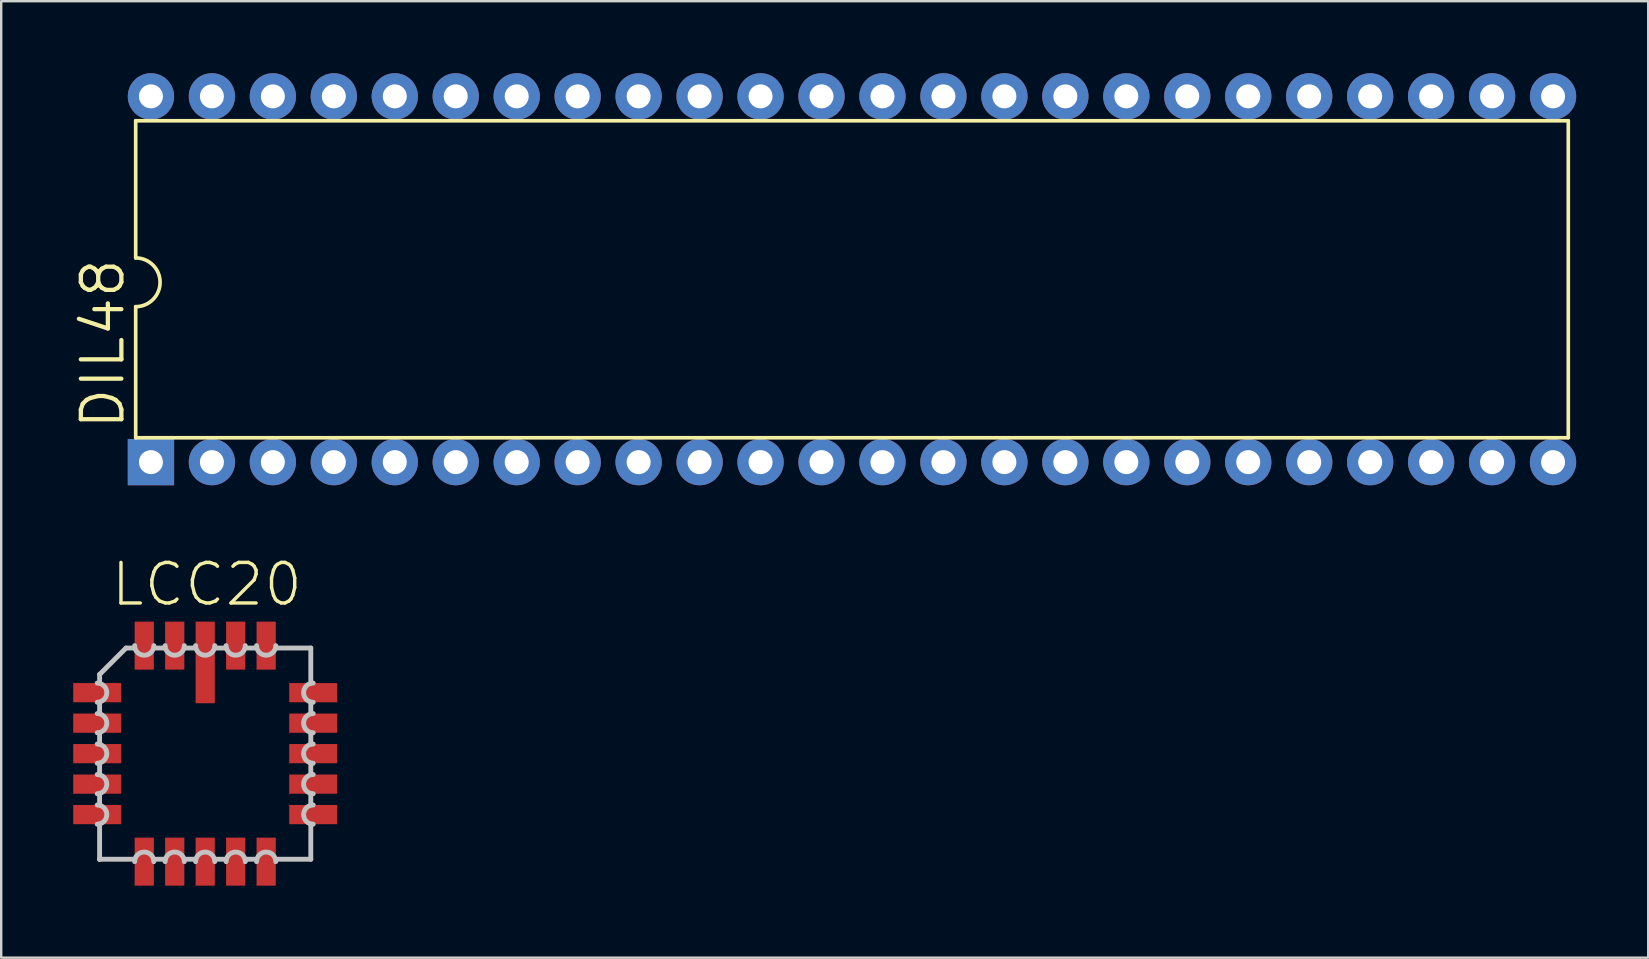
<source format=kicad_pcb>
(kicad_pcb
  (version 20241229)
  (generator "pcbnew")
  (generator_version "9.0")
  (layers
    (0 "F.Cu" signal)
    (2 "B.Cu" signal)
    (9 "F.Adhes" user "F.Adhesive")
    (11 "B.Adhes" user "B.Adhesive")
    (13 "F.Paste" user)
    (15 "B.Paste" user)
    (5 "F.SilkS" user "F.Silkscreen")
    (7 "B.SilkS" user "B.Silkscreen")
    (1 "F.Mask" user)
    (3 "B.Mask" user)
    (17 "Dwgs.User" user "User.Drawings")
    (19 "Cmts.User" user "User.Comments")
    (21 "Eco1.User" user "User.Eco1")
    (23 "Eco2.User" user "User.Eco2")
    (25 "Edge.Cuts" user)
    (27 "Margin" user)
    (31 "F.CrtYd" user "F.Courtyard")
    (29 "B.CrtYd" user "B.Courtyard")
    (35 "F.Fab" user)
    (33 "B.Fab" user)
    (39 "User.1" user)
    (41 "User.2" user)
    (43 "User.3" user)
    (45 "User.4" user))
  (footprint "DIL48"
    (layer "F.Cu")
    (at 32.449 8.585)
    (property "Reference" "DIL48" (at -30.226 6.35 90) (layer "F.SilkS") (effects (font (size 1.689 1.689) (thickness 0.178)) (justify left bottom)))
    (attr through_hole)
    (fp_line (start -29.845 -6.604) (end -29.845 -0.889) (stroke (width 0.152) (type solid)) (layer "F.SilkS"))
    (fp_line (start -29.845 6.604) (end -29.845 1.143) (stroke (width 0.152) (type solid)) (layer "F.SilkS"))
    (fp_line (start -29.845 6.604) (end 29.845 6.604) (stroke (width 0.152) (type solid)) (layer "F.SilkS"))
    (fp_line (start 29.845 -6.604) (end -29.845 -6.604) (stroke (width 0.152) (type solid)) (layer "F.SilkS"))
    (fp_line (start 29.845 6.604) (end 29.845 -6.604) (stroke (width 0.152) (type solid)) (layer "F.SilkS"))
    (fp_arc (start -29.845 -0.889) (mid -28.829 0.127) (end -29.845 1.143) (stroke (width 0.1524) (type solid)) (layer "F.SilkS"))
    (pad "1" thru_hole rect (at -29.21 7.62 90) (size 1.93 1.93) (drill 1) (layers "*.Cu" "*.Mask"))
    (pad "2" thru_hole oval (at -26.67 7.62 90) (size 1.93 1.93) (drill 1) (layers "*.Cu" "*.Mask"))
    (pad "3" thru_hole oval (at -24.13 7.62 90) (size 1.93 1.93) (drill 1) (layers "*.Cu" "*.Mask"))
    (pad "4" thru_hole oval (at -21.59 7.62 90) (size 1.93 1.93) (drill 1) (layers "*.Cu" "*.Mask"))
    (pad "5" thru_hole oval (at -19.05 7.62 90) (size 1.93 1.93) (drill 1) (layers "*.Cu" "*.Mask"))
    (pad "6" thru_hole oval (at -16.51 7.62 90) (size 1.93 1.93) (drill 1) (layers "*.Cu" "*.Mask"))
    (pad "7" thru_hole oval (at -13.97 7.62 90) (size 1.93 1.93) (drill 1) (layers "*.Cu" "*.Mask"))
    (pad "8" thru_hole oval (at -11.43 7.62 90) (size 1.93 1.93) (drill 1) (layers "*.Cu" "*.Mask"))
    (pad "9" thru_hole oval (at -8.89 7.62 90) (size 1.93 1.93) (drill 1) (layers "*.Cu" "*.Mask"))
    (pad "10" thru_hole oval (at -6.35 7.62 90) (size 1.93 1.93) (drill 1) (layers "*.Cu" "*.Mask"))
    (pad "11" thru_hole oval (at -3.81 7.62 90) (size 1.93 1.93) (drill 1) (layers "*.Cu" "*.Mask"))
    (pad "12" thru_hole oval (at -1.27 7.62 90) (size 1.93 1.93) (drill 1) (layers "*.Cu" "*.Mask"))
    (pad "13" thru_hole oval (at 1.27 7.62 90) (size 1.93 1.93) (drill 1) (layers "*.Cu" "*.Mask"))
    (pad "14" thru_hole oval (at 3.81 7.62 90) (size 1.93 1.93) (drill 1) (layers "*.Cu" "*.Mask"))
    (pad "15" thru_hole oval (at 6.35 7.62 90) (size 1.93 1.93) (drill 1) (layers "*.Cu" "*.Mask"))
    (pad "16" thru_hole oval (at 8.89 7.62 90) (size 1.93 1.93) (drill 1) (layers "*.Cu" "*.Mask"))
    (pad "17" thru_hole oval (at 11.43 7.62 90) (size 1.93 1.93) (drill 1) (layers "*.Cu" "*.Mask"))
    (pad "18" thru_hole oval (at 13.97 7.62 90) (size 1.93 1.93) (drill 1) (layers "*.Cu" "*.Mask"))
    (pad "19" thru_hole oval (at 16.51 7.62 90) (size 1.93 1.93) (drill 1) (layers "*.Cu" "*.Mask"))
    (pad "20" thru_hole oval (at 19.05 7.62 90) (size 1.93 1.93) (drill 1) (layers "*.Cu" "*.Mask"))
    (pad "21" thru_hole oval (at 21.59 7.62 90) (size 1.93 1.93) (drill 1) (layers "*.Cu" "*.Mask"))
    (pad "22" thru_hole oval (at 24.13 7.62 90) (size 1.93 1.93) (drill 1) (layers "*.Cu" "*.Mask"))
    (pad "23" thru_hole oval (at 26.67 7.62 90) (size 1.93 1.93) (drill 1) (layers "*.Cu" "*.Mask"))
    (pad "24" thru_hole oval (at 29.21 7.62 90) (size 1.93 1.93) (drill 1) (layers "*.Cu" "*.Mask"))
    (pad "25" thru_hole oval (at 29.21 -7.62 90) (size 1.93 1.93) (drill 1) (layers "*.Cu" "*.Mask"))
    (pad "26" thru_hole oval (at 26.67 -7.62 90) (size 1.93 1.93) (drill 1) (layers "*.Cu" "*.Mask"))
    (pad "27" thru_hole oval (at 24.13 -7.62 90) (size 1.93 1.93) (drill 1) (layers "*.Cu" "*.Mask"))
    (pad "28" thru_hole oval (at 21.59 -7.62 90) (size 1.93 1.93) (drill 1) (layers "*.Cu" "*.Mask"))
    (pad "29" thru_hole oval (at 19.05 -7.62 90) (size 1.93 1.93) (drill 1) (layers "*.Cu" "*.Mask"))
    (pad "30" thru_hole oval (at 16.51 -7.62 90) (size 1.93 1.93) (drill 1) (layers "*.Cu" "*.Mask"))
    (pad "31" thru_hole oval (at 13.97 -7.62 90) (size 1.93 1.93) (drill 1) (layers "*.Cu" "*.Mask"))
    (pad "32" thru_hole oval (at 11.43 -7.62 90) (size 1.93 1.93) (drill 1) (layers "*.Cu" "*.Mask"))
    (pad "33" thru_hole oval (at 8.89 -7.62 90) (size 1.93 1.93) (drill 1) (layers "*.Cu" "*.Mask"))
    (pad "34" thru_hole oval (at 6.35 -7.62 90) (size 1.93 1.93) (drill 1) (layers "*.Cu" "*.Mask"))
    (pad "35" thru_hole oval (at 3.81 -7.62 90) (size 1.93 1.93) (drill 1) (layers "*.Cu" "*.Mask"))
    (pad "36" thru_hole oval (at 1.27 -7.62 90) (size 1.93 1.93) (drill 1) (layers "*.Cu" "*.Mask"))
    (pad "37" thru_hole oval (at -1.27 -7.62 90) (size 1.93 1.93) (drill 1) (layers "*.Cu" "*.Mask"))
    (pad "38" thru_hole oval (at -3.81 -7.62 90) (size 1.93 1.93) (drill 1) (layers "*.Cu" "*.Mask"))
    (pad "39" thru_hole oval (at -6.35 -7.62 90) (size 1.93 1.93) (drill 1) (layers "*.Cu" "*.Mask"))
    (pad "40" thru_hole oval (at -8.89 -7.62 90) (size 1.93 1.93) (drill 1) (layers "*.Cu" "*.Mask"))
    (pad "41" thru_hole oval (at -11.43 -7.62 90) (size 1.93 1.93) (drill 1) (layers "*.Cu" "*.Mask"))
    (pad "42" thru_hole oval (at -13.97 -7.62 90) (size 1.93 1.93) (drill 1) (layers "*.Cu" "*.Mask"))
    (pad "43" thru_hole oval (at -16.51 -7.62 90) (size 1.93 1.93) (drill 1) (layers "*.Cu" "*.Mask"))
    (pad "44" thru_hole oval (at -19.05 -7.62 90) (size 1.93 1.93) (drill 1) (layers "*.Cu" "*.Mask"))
    (pad "45" thru_hole oval (at -21.59 -7.62 90) (size 1.93 1.93) (drill 1) (layers "*.Cu" "*.Mask"))
    (pad "46" thru_hole oval (at -24.13 -7.62 90) (size 1.93 1.93) (drill 1) (layers "*.Cu" "*.Mask"))
    (pad "47" thru_hole oval (at -26.67 -7.62 90) (size 1.93 1.93) (drill 1) (layers "*.Cu" "*.Mask"))
    (pad "48" thru_hole oval (at -29.21 -7.62 90) (size 1.93 1.93) (drill 1) (layers "*.Cu" "*.Mask")))
  (footprint "LCC20"
    (layer "F.Cu")
    (at 5.5 28.351)
    (property "Reference" "LCC20" (at -4.005 -6.065 0) (layer "F.SilkS") (effects (font (size 1.689 1.689) (thickness 0.142)) (justify left bottom)))
    (attr through_hole)
    (fp_line (start -4.4 -3.3) (end -4.4 -2.94) (stroke (width 0.203) (type solid)) (layer "Dwgs.User"))
    (fp_line (start -4.4 -2.14) (end -4.4 -1.67) (stroke (width 0.203) (type solid)) (layer "Dwgs.User"))
    (fp_line (start -4.4 -0.87) (end -4.4 -0.4) (stroke (width 0.203) (type solid)) (layer "Dwgs.User"))
    (fp_line (start -4.4 0.4) (end -4.4 0.87) (stroke (width 0.203) (type solid)) (layer "Dwgs.User"))
    (fp_line (start -4.4 1.67) (end -4.4 2.14) (stroke (width 0.203) (type solid)) (layer "Dwgs.User"))
    (fp_line (start -4.4 2.94) (end -4.4 4.4) (stroke (width 0.203) (type solid)) (layer "Dwgs.User"))
    (fp_line (start -4.4 4.4) (end -4.4 4.41) (stroke (width 0.203) (type solid)) (layer "Dwgs.User"))
    (fp_line (start -4.4 4.4) (end -2.94 4.4) (stroke (width 0.203) (type solid)) (layer "Dwgs.User"))
    (fp_line (start -3.3 -4.4) (end -4.4 -3.3) (stroke (width 0.203) (type solid)) (layer "Dwgs.User"))
    (fp_line (start -2.94 -4.4) (end -3.3 -4.4) (stroke (width 0.203) (type solid)) (layer "Dwgs.User"))
    (fp_line (start -2.14 4.4) (end -1.67 4.4) (stroke (width 0.203) (type solid)) (layer "Dwgs.User"))
    (fp_line (start -1.67 -4.4) (end -2.14 -4.4) (stroke (width 0.203) (type solid)) (layer "Dwgs.User"))
    (fp_line (start -0.87 4.4) (end -0.4 4.4) (stroke (width 0.203) (type solid)) (layer "Dwgs.User"))
    (fp_line (start -0.4 -4.4) (end -0.87 -4.4) (stroke (width 0.203) (type solid)) (layer "Dwgs.User"))
    (fp_line (start 0.4 4.4) (end 0.87 4.4) (stroke (width 0.203) (type solid)) (layer "Dwgs.User"))
    (fp_line (start 0.87 -4.4) (end 0.4 -4.4) (stroke (width 0.203) (type solid)) (layer "Dwgs.User"))
    (fp_line (start 1.67 4.4) (end 2.14 4.4) (stroke (width 0.203) (type solid)) (layer "Dwgs.User"))
    (fp_line (start 2.14 -4.4) (end 1.67 -4.4) (stroke (width 0.203) (type solid)) (layer "Dwgs.User"))
    (fp_line (start 2.94 4.4) (end 4.4 4.4) (stroke (width 0.203) (type solid)) (layer "Dwgs.User"))
    (fp_line (start 4.4 -4.4) (end 2.94 -4.4) (stroke (width 0.203) (type solid)) (layer "Dwgs.User"))
    (fp_line (start 4.4 -2.94) (end 4.4 -4.4) (stroke (width 0.203) (type solid)) (layer "Dwgs.User"))
    (fp_line (start 4.4 -1.67) (end 4.4 -2.14) (stroke (width 0.203) (type solid)) (layer "Dwgs.User"))
    (fp_line (start 4.4 -0.4) (end 4.4 -0.87) (stroke (width 0.203) (type solid)) (layer "Dwgs.User"))
    (fp_line (start 4.4 0.87) (end 4.4 0.4) (stroke (width 0.203) (type solid)) (layer "Dwgs.User"))
    (fp_line (start 4.4 2.14) (end 4.4 1.67) (stroke (width 0.203) (type solid)) (layer "Dwgs.User"))
    (fp_line (start 4.4 4.4) (end 4.4 2.94) (stroke (width 0.203) (type solid)) (layer "Dwgs.User"))
    (fp_arc (start -4.5001 -2.94) (mid -4.1001 -2.54) (end -4.5001 -2.14) (stroke (width 0.2032) (type solid)) (layer "Dwgs.User"))
    (fp_arc (start -4.5001 -1.67) (mid -4.1001 -1.27) (end -4.5001 -0.87) (stroke (width 0.2032) (type solid)) (layer "Dwgs.User"))
    (fp_arc (start -4.5001 -0.4001) (mid -4.1 0) (end -4.5001 0.4001) (stroke (width 0.2032) (type solid)) (layer "Dwgs.User"))
    (fp_arc (start -4.5001 0.8699) (mid -4.1 1.27) (end -4.5001 1.6701) (stroke (width 0.2032) (type solid)) (layer "Dwgs.User"))
    (fp_arc (start -4.5001 2.1399) (mid -4.1 2.54) (end -4.5001 2.9401) (stroke (width 0.2032) (type solid)) (layer "Dwgs.User"))
    (fp_arc (start -2.9401 4.5001) (mid -2.54 4.1) (end -2.1399 4.5001) (stroke (width 0.2032) (type solid)) (layer "Dwgs.User"))
    (fp_arc (start -2.1399 -4.5001) (mid -2.54 -4.1) (end -2.9401 -4.5001) (stroke (width 0.2032) (type solid)) (layer "Dwgs.User"))
    (fp_arc (start -1.6701 4.5001) (mid -1.27 4.1) (end -0.8699 4.5001) (stroke (width 0.2032) (type solid)) (layer "Dwgs.User"))
    (fp_arc (start -0.8699 -4.5001) (mid -1.27 -4.1) (end -1.6701 -4.5001) (stroke (width 0.2032) (type solid)) (layer "Dwgs.User"))
    (fp_arc (start -0.4001 4.5001) (mid 0 4.1) (end 0.4001 4.5001) (stroke (width 0.2032) (type solid)) (layer "Dwgs.User"))
    (fp_arc (start 0.4001 -4.5001) (mid 0 -4.1) (end -0.4001 -4.5001) (stroke (width 0.2032) (type solid)) (layer "Dwgs.User"))
    (fp_arc (start 0.87 4.5001) (mid 1.27 4.1001) (end 1.67 4.5001) (stroke (width 0.2032) (type solid)) (layer "Dwgs.User"))
    (fp_arc (start 1.67 -4.5001) (mid 1.27 -4.1001) (end 0.87 -4.5001) (stroke (width 0.2032) (type solid)) (layer "Dwgs.User"))
    (fp_arc (start 2.14 4.5001) (mid 2.54 4.1001) (end 2.94 4.5001) (stroke (width 0.2032) (type solid)) (layer "Dwgs.User"))
    (fp_arc (start 2.94 -4.5001) (mid 2.54 -4.1001) (end 2.14 -4.5001) (stroke (width 0.2032) (type solid)) (layer "Dwgs.User"))
    (fp_arc (start 4.5001 -2.1399) (mid 4.1 -2.54) (end 4.5001 -2.9401) (stroke (width 0.2032) (type solid)) (layer "Dwgs.User"))
    (fp_arc (start 4.5001 -0.8699) (mid 4.1 -1.27) (end 4.5001 -1.6701) (stroke (width 0.2032) (type solid)) (layer "Dwgs.User"))
    (fp_arc (start 4.5001 0.4001) (mid 4.1 0) (end 4.5001 -0.4001) (stroke (width 0.2032) (type solid)) (layer "Dwgs.User"))
    (fp_arc (start 4.5001 1.67) (mid 4.1001 1.27) (end 4.5001 0.87) (stroke (width 0.2032) (type solid)) (layer "Dwgs.User"))
    (fp_arc (start 4.5001 2.94) (mid 4.1001 2.54) (end 4.5001 2.14) (stroke (width 0.2032) (type solid)) (layer "Dwgs.User"))
    (pad "1" smd rect (at 0 -3.8) (size 0.8 3.4) (layers "F.Cu" "F.Mask" "F.Paste"))
    (pad "2" smd rect (at -1.27 -4.5) (size 0.8 2) (layers "F.Cu" "F.Mask" "F.Paste"))
    (pad "3" smd rect (at -2.54 -4.5) (size 0.8 2) (layers "F.Cu" "F.Mask" "F.Paste"))
    (pad "4" smd rect (at -4.5 -2.54) (size 2 0.8) (layers "F.Cu" "F.Mask" "F.Paste"))
    (pad "5" smd rect (at -4.5 -1.27) (size 2 0.8) (layers "F.Cu" "F.Mask" "F.Paste"))
    (pad "6" smd rect (at -4.5 0) (size 2 0.8) (layers "F.Cu" "F.Mask" "F.Paste"))
    (pad "7" smd rect (at -4.5 1.27) (size 2 0.8) (layers "F.Cu" "F.Mask" "F.Paste"))
    (pad "8" smd rect (at -4.5 2.54) (size 2 0.8) (layers "F.Cu" "F.Mask" "F.Paste"))
    (pad "9" smd rect (at -2.54 4.5) (size 0.8 2) (layers "F.Cu" "F.Mask" "F.Paste"))
    (pad "10" smd rect (at -1.27 4.5) (size 0.8 2) (layers "F.Cu" "F.Mask" "F.Paste"))
    (pad "11" smd rect (at 0 4.5) (size 0.8 2) (layers "F.Cu" "F.Mask" "F.Paste"))
    (pad "12" smd rect (at 1.27 4.5) (size 0.8 2) (layers "F.Cu" "F.Mask" "F.Paste"))
    (pad "13" smd rect (at 2.54 4.5) (size 0.8 2) (layers "F.Cu" "F.Mask" "F.Paste"))
    (pad "14" smd rect (at 4.5 2.54) (size 2 0.8) (layers "F.Cu" "F.Mask" "F.Paste"))
    (pad "15" smd rect (at 4.5 1.27) (size 2 0.8) (layers "F.Cu" "F.Mask" "F.Paste"))
    (pad "16" smd rect (at 4.5 0) (size 2 0.8) (layers "F.Cu" "F.Mask" "F.Paste"))
    (pad "17" smd rect (at 4.5 -1.27) (size 2 0.8) (layers "F.Cu" "F.Mask" "F.Paste"))
    (pad "18" smd rect (at 4.5 -2.54) (size 2 0.8) (layers "F.Cu" "F.Mask" "F.Paste"))
    (pad "19" smd rect (at 2.54 -4.5) (size 0.8 2) (layers "F.Cu" "F.Mask" "F.Paste"))
    (pad "20" smd rect (at 1.27 -4.5) (size 0.8 2) (layers "F.Cu" "F.Mask" "F.Paste")))
  (gr_rect
    (start -3 -3)
    (end 65.624 36.851)
    (stroke (width 0.1) (type default))
    (fill no)
    (layer "Edge.Cuts")))
</source>
